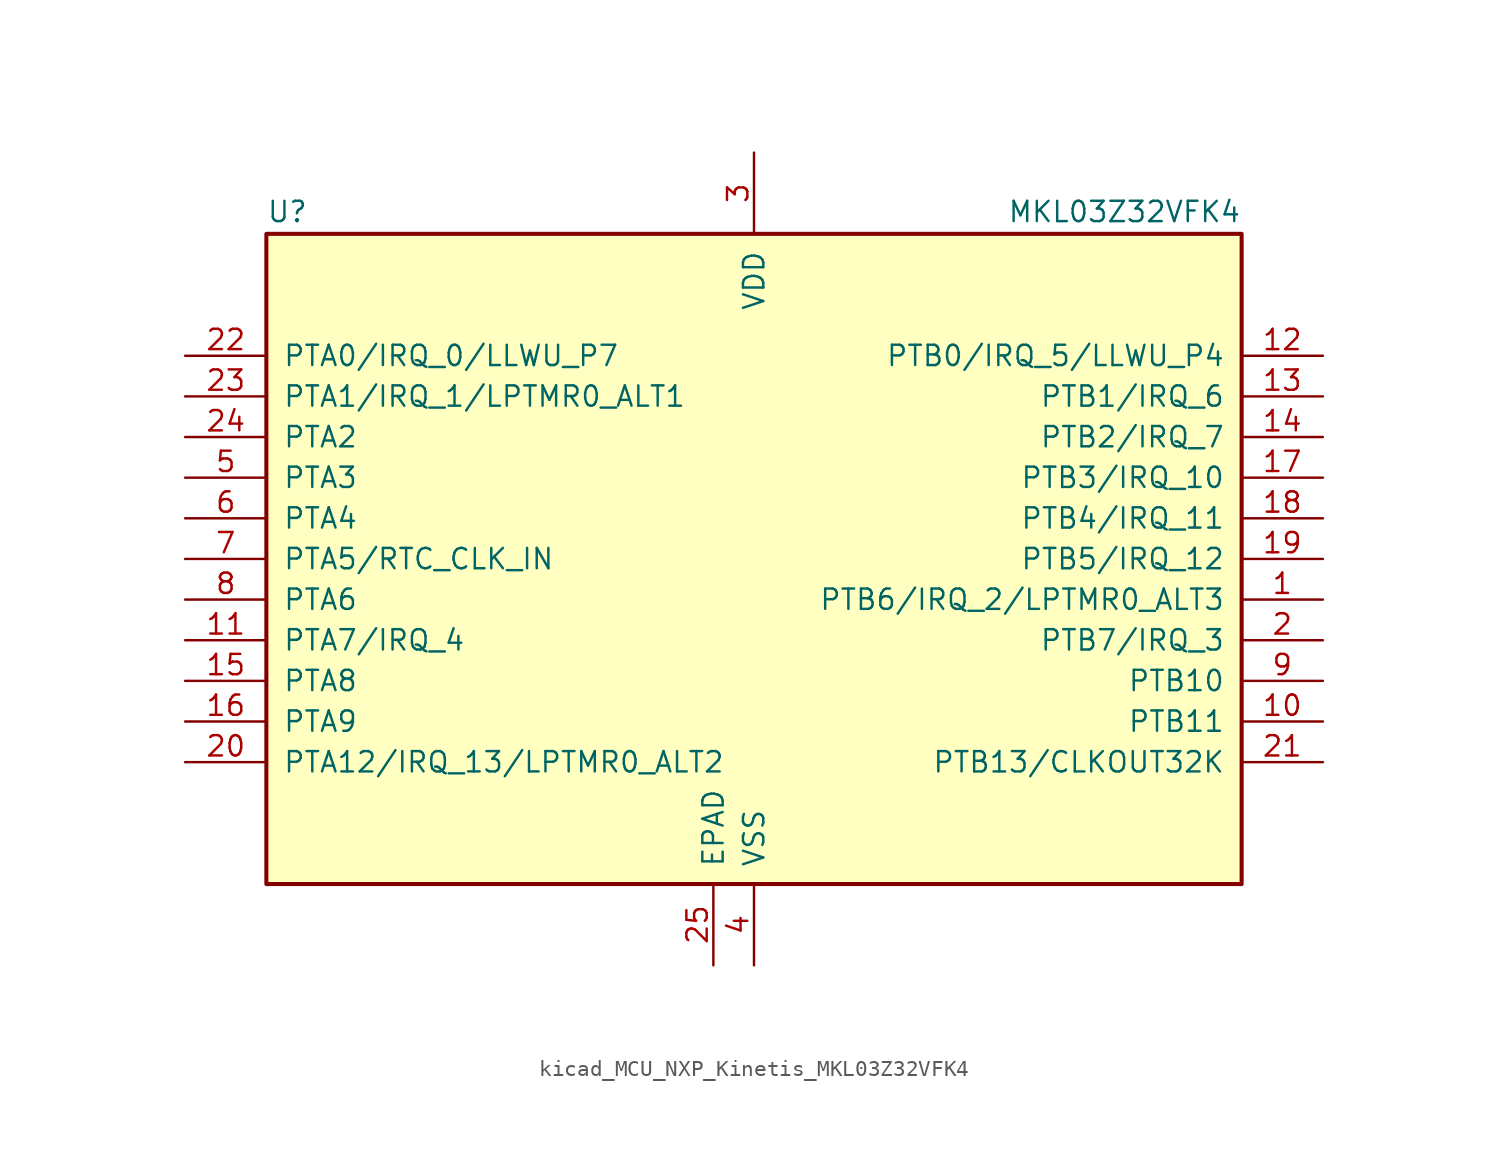
<source format=kicad_sym>
(kicad_symbol_lib
  (version 20220914)
  (generator kicad_symbol_editor)
  (symbol "kicad_MCU_NXP_Kinetis_MKL03Z32VFK4"
    (pin_names
      (offset 1.016))
    (property "Reference" "U"
      (at -30.48 20.955 0)
      (effects (font (size 1.27 1.27)) (justify left bottom)))
    (property "Value" "MKL03Z32VFK4"
      (at 30.48 20.955 0)
      (effects (font (size 1.27 1.27)) (justify right bottom)))
    (symbol "kicad_MCU_NXP_Kinetis_MKL03Z32VFK4_0_1"
      (rectangle (start -30.48 20.32) (end 30.48 -20.32) (stroke (width 0.254) (type default)) (fill (type background))))
    (symbol "kicad_MCU_NXP_Kinetis_MKL03Z32VFK4_1_1"
      (pin bidirectional line (at 35.56 -2.54 180) (length 5.08) (name "PTB6/IRQ_2/LPTMR0_ALT3" (effects (font (size 1.27 1.27)))) (number "1" (effects (font (size 1.27 1.27)))))
      (pin bidirectional line (at 35.56 -10.16 180) (length 5.08) (name "PTB11" (effects (font (size 1.27 1.27)))) (number "10" (effects (font (size 1.27 1.27)))))
      (pin bidirectional line (at -35.56 -5.08 0) (length 5.08) (name "PTA7/IRQ_4" (effects (font (size 1.27 1.27)))) (number "11" (effects (font (size 1.27 1.27)))))
      (pin bidirectional line (at 35.56 12.7 180) (length 5.08) (name "PTB0/IRQ_5/LLWU_P4" (effects (font (size 1.27 1.27)))) (number "12" (effects (font (size 1.27 1.27)))))
      (pin bidirectional line (at 35.56 10.16 180) (length 5.08) (name "PTB1/IRQ_6" (effects (font (size 1.27 1.27)))) (number "13" (effects (font (size 1.27 1.27)))))
      (pin bidirectional line (at 35.56 7.62 180) (length 5.08) (name "PTB2/IRQ_7" (effects (font (size 1.27 1.27)))) (number "14" (effects (font (size 1.27 1.27)))))
      (pin bidirectional line (at -35.56 -7.62 0) (length 5.08) (name "PTA8" (effects (font (size 1.27 1.27)))) (number "15" (effects (font (size 1.27 1.27)))))
      (pin bidirectional line (at -35.56 -10.16 0) (length 5.08) (name "PTA9" (effects (font (size 1.27 1.27)))) (number "16" (effects (font (size 1.27 1.27)))))
      (pin bidirectional line (at 35.56 5.08 180) (length 5.08) (name "PTB3/IRQ_10" (effects (font (size 1.27 1.27)))) (number "17" (effects (font (size 1.27 1.27)))))
      (pin bidirectional line (at 35.56 2.54 180) (length 5.08) (name "PTB4/IRQ_11" (effects (font (size 1.27 1.27)))) (number "18" (effects (font (size 1.27 1.27)))))
      (pin bidirectional line (at 35.56 0 180) (length 5.08) (name "PTB5/IRQ_12" (effects (font (size 1.27 1.27)))) (number "19" (effects (font (size 1.27 1.27)))))
      (pin bidirectional line (at 35.56 -5.08 180) (length 5.08) (name "PTB7/IRQ_3" (effects (font (size 1.27 1.27)))) (number "2" (effects (font (size 1.27 1.27)))))
      (pin bidirectional line (at -35.56 -12.7 0) (length 5.08) (name "PTA12/IRQ_13/LPTMR0_ALT2" (effects (font (size 1.27 1.27)))) (number "20" (effects (font (size 1.27 1.27)))))
      (pin bidirectional line (at 35.56 -12.7 180) (length 5.08) (name "PTB13/CLKOUT32K" (effects (font (size 1.27 1.27)))) (number "21" (effects (font (size 1.27 1.27)))))
      (pin bidirectional line (at -35.56 12.7 0) (length 5.08) (name "PTA0/IRQ_0/LLWU_P7" (effects (font (size 1.27 1.27)))) (number "22" (effects (font (size 1.27 1.27)))))
      (pin bidirectional line (at -35.56 10.16 0) (length 5.08) (name "PTA1/IRQ_1/LPTMR0_ALT1" (effects (font (size 1.27 1.27)))) (number "23" (effects (font (size 1.27 1.27)))))
      (pin bidirectional line (at -35.56 7.62 0) (length 5.08) (name "PTA2" (effects (font (size 1.27 1.27)))) (number "24" (effects (font (size 1.27 1.27)))))
      (pin power_in line (at -2.54 -25.4 90) (length 5.08) (name "EPAD" (effects (font (size 1.27 1.27)))) (number "25" (effects (font (size 1.27 1.27)))))
      (pin power_in line (at 0 25.4 270) (length 5.08) (name "VDD" (effects (font (size 1.27 1.27)))) (number "3" (effects (font (size 1.27 1.27)))))
      (pin power_in line (at 0 -25.4 90) (length 5.08) (name "VSS" (effects (font (size 1.27 1.27)))) (number "4" (effects (font (size 1.27 1.27)))))
      (pin bidirectional line (at -35.56 5.08 0) (length 5.08) (name "PTA3" (effects (font (size 1.27 1.27)))) (number "5" (effects (font (size 1.27 1.27)))))
      (pin bidirectional line (at -35.56 2.54 0) (length 5.08) (name "PTA4" (effects (font (size 1.27 1.27)))) (number "6" (effects (font (size 1.27 1.27)))))
      (pin bidirectional line (at -35.56 0 0) (length 5.08) (name "PTA5/RTC_CLK_IN" (effects (font (size 1.27 1.27)))) (number "7" (effects (font (size 1.27 1.27)))))
      (pin bidirectional line (at -35.56 -2.54 0) (length 5.08) (name "PTA6" (effects (font (size 1.27 1.27)))) (number "8" (effects (font (size 1.27 1.27)))))
      (pin bidirectional line (at 35.56 -7.62 180) (length 5.08) (name "PTB10" (effects (font (size 1.27 1.27)))) (number "9" (effects (font (size 1.27 1.27))))))))
</source>
